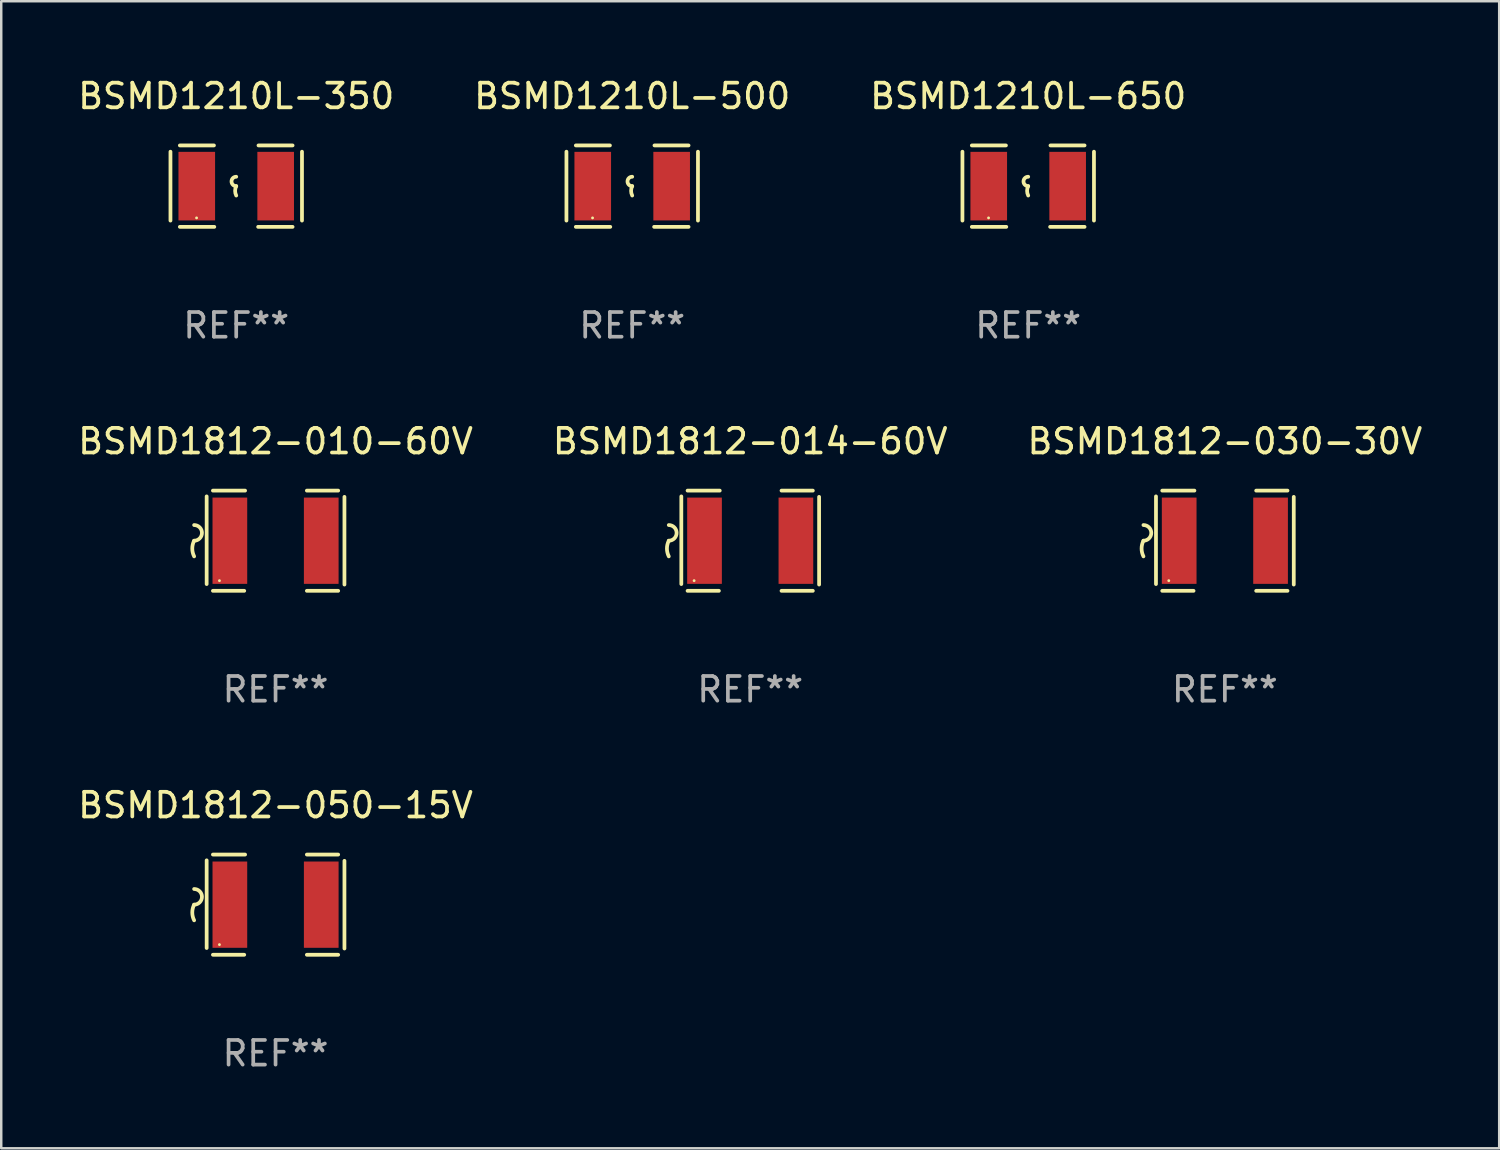
<source format=kicad_pcb>
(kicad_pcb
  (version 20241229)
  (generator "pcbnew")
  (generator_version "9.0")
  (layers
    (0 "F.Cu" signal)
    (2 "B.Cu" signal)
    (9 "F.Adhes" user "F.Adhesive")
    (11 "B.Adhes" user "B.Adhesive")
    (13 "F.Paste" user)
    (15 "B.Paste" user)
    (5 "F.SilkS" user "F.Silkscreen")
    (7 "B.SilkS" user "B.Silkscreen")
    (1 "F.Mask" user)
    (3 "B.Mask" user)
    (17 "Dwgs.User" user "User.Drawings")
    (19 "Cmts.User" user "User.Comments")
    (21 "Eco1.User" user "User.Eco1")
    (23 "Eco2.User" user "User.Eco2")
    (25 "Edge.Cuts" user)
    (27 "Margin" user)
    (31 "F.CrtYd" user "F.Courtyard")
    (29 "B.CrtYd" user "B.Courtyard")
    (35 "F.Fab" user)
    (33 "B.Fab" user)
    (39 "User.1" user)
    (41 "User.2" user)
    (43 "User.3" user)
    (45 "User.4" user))
  (footprint "BSMD1812-030-30V"
    (layer "F.Cu")
    (at 46.625 18.879)
    (property "Reference" "BSMD1812-030-30V" (at 0 -4.032 0) (layer "F.SilkS") (effects (font (size 1 1) (thickness 0.15))))
    (attr through_hole)
    (fp_line (start -2.794 -1.798) (end -2.794 1.758) (stroke (width 0.152) (type solid)) (layer "F.SilkS"))
    (fp_line (start -2.54 -2.032) (end -1.235 -2.032) (stroke (width 0.152) (type solid)) (layer "F.SilkS"))
    (fp_line (start -1.27 2.032) (end -2.54 2.032) (stroke (width 0.152) (type solid)) (layer "F.SilkS"))
    (fp_line (start 1.27 2.032) (end 2.54 2.032) (stroke (width 0.152) (type solid)) (layer "F.SilkS"))
    (fp_line (start 2.54 -2.032) (end 1.27 -2.032) (stroke (width 0.152) (type solid)) (layer "F.SilkS"))
    (fp_line (start 2.794 -1.778) (end 2.794 1.778) (stroke (width 0.152) (type solid)) (layer "F.SilkS"))
    (fp_arc (start -3.302007 -0.635002) (mid -2.984506 -0.317501) (end -3.302007 0) (stroke (width 0.151994) (type solid)) (layer "F.SilkS"))
    (fp_arc (start -3.302007 0.635002) (mid -3.376959 0.317501) (end -3.302007 0) (stroke (width 0.151994) (type solid)) (layer "F.SilkS"))
    (fp_circle (center -2.275 1.62) (end -2.245 1.62) (stroke (width 0.06) (type solid)) (fill no) (layer "F.SilkS"))
    (fp_text user "REF**" (at 0 6.032 0) (layer "F.Fab") (effects (font (size 1 1) (thickness 0.15))))
    (pad "1" smd rect (at -1.853 0) (size 1.407 3.499) (layers "F.Cu" "F.Mask" "F.Paste"))
    (pad "2" smd rect (at 1.853 0) (size 1.407 3.499) (layers "F.Cu" "F.Mask" "F.Paste")))
  (footprint "BSMD1210L-650"
    (layer "F.Cu")
    (at 38.649 4.499)
    (property "Reference" "BSMD1210L-650" (at 0 -3.651 0) (layer "F.SilkS") (effects (font (size 1 1) (thickness 0.15))))
    (attr through_hole)
    (fp_line (start -2.667 -1.397) (end -2.667 1.397) (stroke (width 0.152) (type solid)) (layer "F.SilkS"))
    (fp_line (start -2.286 -1.651) (end -0.903 -1.651) (stroke (width 0.152) (type solid)) (layer "F.SilkS"))
    (fp_line (start -0.889 1.651) (end -2.286 1.651) (stroke (width 0.152) (type solid)) (layer "F.SilkS"))
    (fp_line (start 0.889 1.651) (end 2.286 1.651) (stroke (width 0.152) (type solid)) (layer "F.SilkS"))
    (fp_line (start 2.286 -1.651) (end 0.903 -1.651) (stroke (width 0.152) (type solid)) (layer "F.SilkS"))
    (fp_line (start 2.667 -1.397) (end 2.667 1.397) (stroke (width 0.152) (type solid)) (layer "F.SilkS"))
    (fp_arc (start 0 0) (mid -0.1905 -0.1905) (end 0 -0.381) (stroke (width 0.151994) (type solid)) (layer "F.SilkS"))
    (fp_arc (start 0 0.381001) (mid -0.044971 0.1905) (end 0 0) (stroke (width 0.151994) (type solid)) (layer "F.SilkS"))
    (fp_circle (center -1.608 1.288) (end -1.578 1.288) (stroke (width 0.06) (type solid)) (fill no) (layer "F.SilkS"))
    (fp_text user "REF**" (at 0 5.651 0) (layer "F.Fab") (effects (font (size 1 1) (thickness 0.15))))
    (pad "1" smd rect (at -1.6 0) (size 1.485 2.781) (layers "F.Cu" "F.Mask" "F.Paste"))
    (pad "2" smd rect (at 1.6 0) (size 1.485 2.781) (layers "F.Cu" "F.Mask" "F.Paste")))
  (footprint "BSMD1812-050-15V"
    (layer "F.Cu")
    (at 8.125 33.639)
    (property "Reference" "BSMD1812-050-15V" (at 0 -4.032 0) (layer "F.SilkS") (effects (font (size 1 1) (thickness 0.15))))
    (attr through_hole)
    (fp_line (start -2.794 -1.798) (end -2.794 1.758) (stroke (width 0.152) (type solid)) (layer "F.SilkS"))
    (fp_line (start -2.54 -2.032) (end -1.235 -2.032) (stroke (width 0.152) (type solid)) (layer "F.SilkS"))
    (fp_line (start -1.27 2.032) (end -2.54 2.032) (stroke (width 0.152) (type solid)) (layer "F.SilkS"))
    (fp_line (start 1.27 2.032) (end 2.54 2.032) (stroke (width 0.152) (type solid)) (layer "F.SilkS"))
    (fp_line (start 2.54 -2.032) (end 1.27 -2.032) (stroke (width 0.152) (type solid)) (layer "F.SilkS"))
    (fp_line (start 2.794 -1.778) (end 2.794 1.778) (stroke (width 0.152) (type solid)) (layer "F.SilkS"))
    (fp_arc (start -3.302007 -0.635002) (mid -2.984506 -0.317501) (end -3.302007 0) (stroke (width 0.151994) (type solid)) (layer "F.SilkS"))
    (fp_arc (start -3.302007 0.635002) (mid -3.376959 0.317501) (end -3.302007 0) (stroke (width 0.151994) (type solid)) (layer "F.SilkS"))
    (fp_circle (center -2.275 1.62) (end -2.245 1.62) (stroke (width 0.06) (type solid)) (fill no) (layer "F.SilkS"))
    (fp_text user "REF**" (at 0 6.032 0) (layer "F.Fab") (effects (font (size 1 1) (thickness 0.15))))
    (pad "1" smd rect (at -1.853 0) (size 1.407 3.499) (layers "F.Cu" "F.Mask" "F.Paste"))
    (pad "2" smd rect (at 1.853 0) (size 1.407 3.499) (layers "F.Cu" "F.Mask" "F.Paste")))
  (footprint "BSMD1210L-500"
    (layer "F.Cu")
    (at 22.589 4.499)
    (property "Reference" "BSMD1210L-500" (at 0 -3.651 0) (layer "F.SilkS") (effects (font (size 1 1) (thickness 0.15))))
    (attr through_hole)
    (fp_line (start -2.667 -1.397) (end -2.667 1.397) (stroke (width 0.152) (type solid)) (layer "F.SilkS"))
    (fp_line (start -2.286 -1.651) (end -0.903 -1.651) (stroke (width 0.152) (type solid)) (layer "F.SilkS"))
    (fp_line (start -0.889 1.651) (end -2.286 1.651) (stroke (width 0.152) (type solid)) (layer "F.SilkS"))
    (fp_line (start 0.889 1.651) (end 2.286 1.651) (stroke (width 0.152) (type solid)) (layer "F.SilkS"))
    (fp_line (start 2.286 -1.651) (end 0.903 -1.651) (stroke (width 0.152) (type solid)) (layer "F.SilkS"))
    (fp_line (start 2.667 -1.397) (end 2.667 1.397) (stroke (width 0.152) (type solid)) (layer "F.SilkS"))
    (fp_arc (start 0 0) (mid -0.1905 -0.1905) (end 0 -0.381) (stroke (width 0.151994) (type solid)) (layer "F.SilkS"))
    (fp_arc (start 0 0.381001) (mid -0.044971 0.1905) (end 0 0) (stroke (width 0.151994) (type solid)) (layer "F.SilkS"))
    (fp_circle (center -1.608 1.288) (end -1.578 1.288) (stroke (width 0.06) (type solid)) (fill no) (layer "F.SilkS"))
    (fp_text user "REF**" (at 0 5.651 0) (layer "F.Fab") (effects (font (size 1 1) (thickness 0.15))))
    (pad "1" smd rect (at -1.6 0) (size 1.485 2.781) (layers "F.Cu" "F.Mask" "F.Paste"))
    (pad "2" smd rect (at 1.6 0) (size 1.485 2.781) (layers "F.Cu" "F.Mask" "F.Paste")))
  (footprint "BSMD1812-014-60V"
    (layer "F.Cu")
    (at 27.375 18.879)
    (property "Reference" "BSMD1812-014-60V" (at 0 -4.032 0) (layer "F.SilkS") (effects (font (size 1 1) (thickness 0.15))))
    (attr through_hole)
    (fp_line (start -2.794 -1.798) (end -2.794 1.758) (stroke (width 0.152) (type solid)) (layer "F.SilkS"))
    (fp_line (start -2.54 -2.032) (end -1.235 -2.032) (stroke (width 0.152) (type solid)) (layer "F.SilkS"))
    (fp_line (start -1.27 2.032) (end -2.54 2.032) (stroke (width 0.152) (type solid)) (layer "F.SilkS"))
    (fp_line (start 1.27 2.032) (end 2.54 2.032) (stroke (width 0.152) (type solid)) (layer "F.SilkS"))
    (fp_line (start 2.54 -2.032) (end 1.27 -2.032) (stroke (width 0.152) (type solid)) (layer "F.SilkS"))
    (fp_line (start 2.794 -1.778) (end 2.794 1.778) (stroke (width 0.152) (type solid)) (layer "F.SilkS"))
    (fp_arc (start -3.302007 -0.635002) (mid -2.984506 -0.317501) (end -3.302007 0) (stroke (width 0.151994) (type solid)) (layer "F.SilkS"))
    (fp_arc (start -3.302007 0.635002) (mid -3.376959 0.317501) (end -3.302007 0) (stroke (width 0.151994) (type solid)) (layer "F.SilkS"))
    (fp_circle (center -2.275 1.62) (end -2.245 1.62) (stroke (width 0.06) (type solid)) (fill no) (layer "F.SilkS"))
    (fp_text user "REF**" (at 0 6.032 0) (layer "F.Fab") (effects (font (size 1 1) (thickness 0.15))))
    (pad "1" smd rect (at -1.853 0) (size 1.407 3.499) (layers "F.Cu" "F.Mask" "F.Paste"))
    (pad "2" smd rect (at 1.853 0) (size 1.407 3.499) (layers "F.Cu" "F.Mask" "F.Paste")))
  (footprint "BSMD1210L-350"
    (layer "F.Cu")
    (at 6.53 4.499)
    (property "Reference" "BSMD1210L-350" (at 0 -3.651 0) (layer "F.SilkS") (effects (font (size 1 1) (thickness 0.15))))
    (attr through_hole)
    (fp_line (start -2.667 -1.397) (end -2.667 1.397) (stroke (width 0.152) (type solid)) (layer "F.SilkS"))
    (fp_line (start -2.286 -1.651) (end -0.903 -1.651) (stroke (width 0.152) (type solid)) (layer "F.SilkS"))
    (fp_line (start -0.889 1.651) (end -2.286 1.651) (stroke (width 0.152) (type solid)) (layer "F.SilkS"))
    (fp_line (start 0.889 1.651) (end 2.286 1.651) (stroke (width 0.152) (type solid)) (layer "F.SilkS"))
    (fp_line (start 2.286 -1.651) (end 0.903 -1.651) (stroke (width 0.152) (type solid)) (layer "F.SilkS"))
    (fp_line (start 2.667 -1.397) (end 2.667 1.397) (stroke (width 0.152) (type solid)) (layer "F.SilkS"))
    (fp_arc (start 0 0) (mid -0.1905 -0.1905) (end 0 -0.381) (stroke (width 0.151994) (type solid)) (layer "F.SilkS"))
    (fp_arc (start 0 0.381001) (mid -0.044971 0.1905) (end 0 0) (stroke (width 0.151994) (type solid)) (layer "F.SilkS"))
    (fp_circle (center -1.608 1.288) (end -1.578 1.288) (stroke (width 0.06) (type solid)) (fill no) (layer "F.SilkS"))
    (fp_text user "REF**" (at 0 5.651 0) (layer "F.Fab") (effects (font (size 1 1) (thickness 0.15))))
    (pad "1" smd rect (at -1.6 0) (size 1.485 2.781) (layers "F.Cu" "F.Mask" "F.Paste"))
    (pad "2" smd rect (at 1.6 0) (size 1.485 2.781) (layers "F.Cu" "F.Mask" "F.Paste")))
  (footprint "BSMD1812-010-60V"
    (layer "F.Cu")
    (at 8.125 18.879)
    (property "Reference" "BSMD1812-010-60V" (at 0 -4.032 0) (layer "F.SilkS") (effects (font (size 1 1) (thickness 0.15))))
    (attr through_hole)
    (fp_line (start -2.794 -1.798) (end -2.794 1.758) (stroke (width 0.152) (type solid)) (layer "F.SilkS"))
    (fp_line (start -2.54 -2.032) (end -1.235 -2.032) (stroke (width 0.152) (type solid)) (layer "F.SilkS"))
    (fp_line (start -1.27 2.032) (end -2.54 2.032) (stroke (width 0.152) (type solid)) (layer "F.SilkS"))
    (fp_line (start 1.27 2.032) (end 2.54 2.032) (stroke (width 0.152) (type solid)) (layer "F.SilkS"))
    (fp_line (start 2.54 -2.032) (end 1.27 -2.032) (stroke (width 0.152) (type solid)) (layer "F.SilkS"))
    (fp_line (start 2.794 -1.778) (end 2.794 1.778) (stroke (width 0.152) (type solid)) (layer "F.SilkS"))
    (fp_arc (start -3.302007 -0.635002) (mid -2.984506 -0.317501) (end -3.302007 0) (stroke (width 0.151994) (type solid)) (layer "F.SilkS"))
    (fp_arc (start -3.302007 0.635002) (mid -3.376959 0.317501) (end -3.302007 0) (stroke (width 0.151994) (type solid)) (layer "F.SilkS"))
    (fp_circle (center -2.275 1.62) (end -2.245 1.62) (stroke (width 0.06) (type solid)) (fill no) (layer "F.SilkS"))
    (fp_text user "REF**" (at 0 6.032 0) (layer "F.Fab") (effects (font (size 1 1) (thickness 0.15))))
    (pad "1" smd rect (at -1.853 0) (size 1.407 3.499) (layers "F.Cu" "F.Mask" "F.Paste"))
    (pad "2" smd rect (at 1.853 0) (size 1.407 3.499) (layers "F.Cu" "F.Mask" "F.Paste")))
  (gr_rect
    (start -3 -3)
    (end 57.75 43.52)
    (stroke (width 0.1) (type default))
    (fill no)
    (layer "Edge.Cuts")))
</source>
